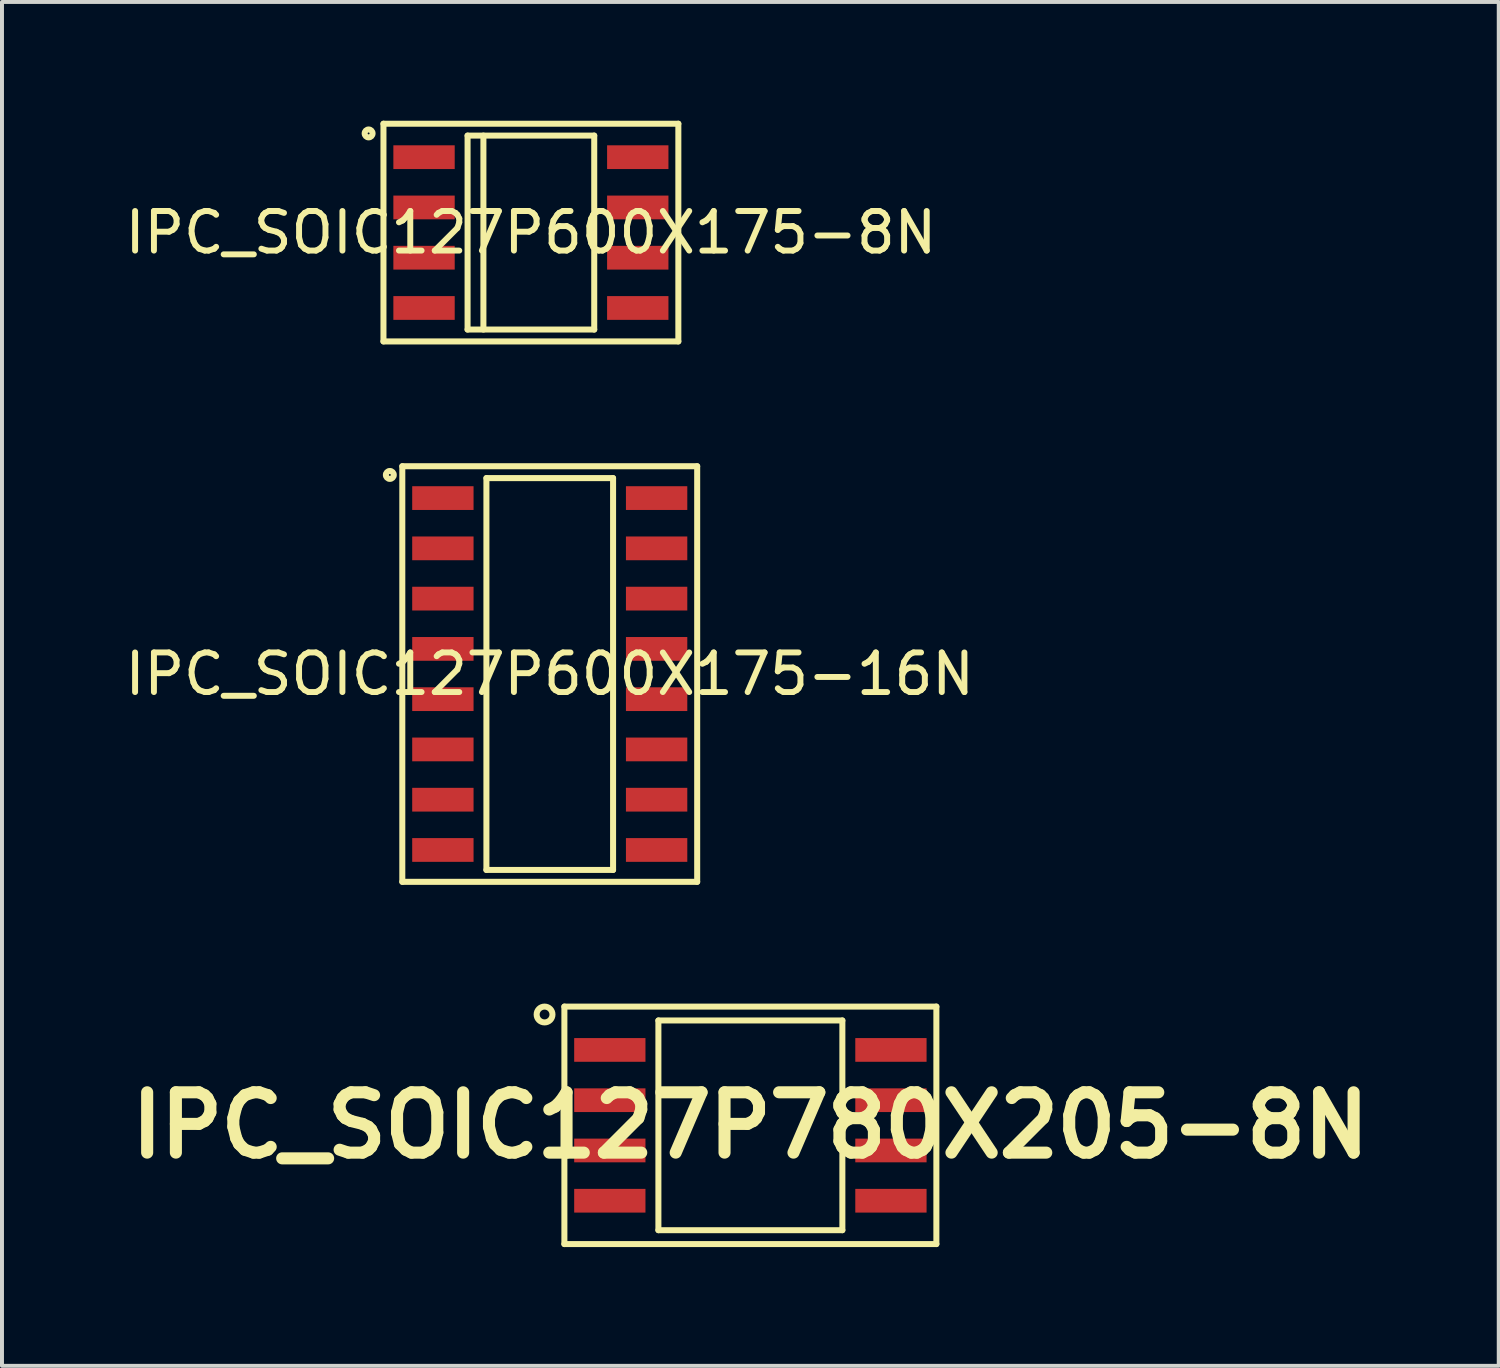
<source format=kicad_pcb>
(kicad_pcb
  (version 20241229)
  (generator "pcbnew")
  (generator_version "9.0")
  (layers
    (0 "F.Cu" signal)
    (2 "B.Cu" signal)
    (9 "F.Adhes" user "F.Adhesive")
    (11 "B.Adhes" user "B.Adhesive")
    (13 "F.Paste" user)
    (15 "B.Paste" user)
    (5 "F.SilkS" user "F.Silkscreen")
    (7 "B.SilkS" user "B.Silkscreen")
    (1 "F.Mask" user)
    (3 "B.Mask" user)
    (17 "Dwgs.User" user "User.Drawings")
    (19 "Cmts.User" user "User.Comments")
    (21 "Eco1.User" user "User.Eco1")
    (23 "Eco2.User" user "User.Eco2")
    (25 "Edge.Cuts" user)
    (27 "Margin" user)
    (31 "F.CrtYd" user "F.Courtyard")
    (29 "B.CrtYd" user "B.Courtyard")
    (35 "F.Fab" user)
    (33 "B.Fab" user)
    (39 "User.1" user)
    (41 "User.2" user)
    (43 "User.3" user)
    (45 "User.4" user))
  (footprint "IPC_SOIC127P600X175-16N"
    (layer "F.Cu")
    (at 10.839 13.979)
    (property "Reference" "IPC_SOIC127P600X175-16N" (at 0 0 0) (layer "F.SilkS") (effects (font (size 1 1) (thickness 0.15))))
    (attr through_hole)
    (fp_line (start -3.725 -5.25) (end 3.725 -5.25) (stroke (width 0.152) (type solid)) (layer "F.SilkS"))
    (fp_line (start -3.725 5.25) (end -3.725 -5.25) (stroke (width 0.152) (type solid)) (layer "F.SilkS"))
    (fp_line (start -1.6 -4.95) (end 1.6 -4.95) (stroke (width 0.152) (type solid)) (layer "F.SilkS"))
    (fp_line (start -1.6 4.95) (end -1.6 -4.95) (stroke (width 0.152) (type solid)) (layer "F.SilkS"))
    (fp_line (start 1.6 -4.95) (end 1.6 4.95) (stroke (width 0.152) (type solid)) (layer "F.SilkS"))
    (fp_line (start 1.6 4.95) (end -1.6 4.95) (stroke (width 0.152) (type solid)) (layer "F.SilkS"))
    (fp_line (start 3.725 -5.25) (end 3.725 5.25) (stroke (width 0.152) (type solid)) (layer "F.SilkS"))
    (fp_line (start 3.725 5.25) (end -3.725 5.25) (stroke (width 0.152) (type solid)) (layer "F.SilkS"))
    (fp_circle (center -4.04 -5.03) (end -3.94 -5.03) (stroke (width 0.152) (type solid)) (fill no) (layer "F.SilkS"))
    (pad "1" smd rect (at -2.7 -4.445) (size 1.55 0.6) (layers "F.Cu" "F.Mask" "F.Paste"))
    (pad "2" smd rect (at -2.7 -3.175) (size 1.55 0.6) (layers "F.Cu" "F.Mask" "F.Paste"))
    (pad "3" smd rect (at -2.7 -1.905) (size 1.55 0.6) (layers "F.Cu" "F.Mask" "F.Paste"))
    (pad "4" smd rect (at -2.7 -0.635) (size 1.55 0.6) (layers "F.Cu" "F.Mask" "F.Paste"))
    (pad "5" smd rect (at -2.7 0.635) (size 1.55 0.6) (layers "F.Cu" "F.Mask" "F.Paste"))
    (pad "6" smd rect (at -2.7 1.905) (size 1.55 0.6) (layers "F.Cu" "F.Mask" "F.Paste"))
    (pad "7" smd rect (at -2.7 3.175) (size 1.55 0.6) (layers "F.Cu" "F.Mask" "F.Paste"))
    (pad "8" smd rect (at -2.7 4.445) (size 1.55 0.6) (layers "F.Cu" "F.Mask" "F.Paste"))
    (pad "9" smd rect (at 2.7 4.445) (size 1.55 0.6) (layers "F.Cu" "F.Mask" "F.Paste"))
    (pad "10" smd rect (at 2.7 3.175) (size 1.55 0.6) (layers "F.Cu" "F.Mask" "F.Paste"))
    (pad "11" smd rect (at 2.7 1.905) (size 1.55 0.6) (layers "F.Cu" "F.Mask" "F.Paste"))
    (pad "12" smd rect (at 2.7 0.635) (size 1.55 0.6) (layers "F.Cu" "F.Mask" "F.Paste"))
    (pad "13" smd rect (at 2.7 -0.635) (size 1.55 0.6) (layers "F.Cu" "F.Mask" "F.Paste"))
    (pad "14" smd rect (at 2.7 -1.905) (size 1.55 0.6) (layers "F.Cu" "F.Mask" "F.Paste"))
    (pad "15" smd rect (at 2.7 -3.175) (size 1.55 0.6) (layers "F.Cu" "F.Mask" "F.Paste"))
    (pad "16" smd rect (at 2.7 -4.445) (size 1.55 0.6) (layers "F.Cu" "F.Mask" "F.Paste")))
  (footprint "IPC_SOIC127P780X205-8N"
    (layer "F.Cu")
    (at 15.908 25.381)
    (property "Reference" "IPC_SOIC127P780X205-8N" (at 0 0 0) (layer "F.SilkS") (effects (font (size 1.524 1.524) (thickness 0.305))))
    (attr through_hole)
    (fp_line (start -4.699 -3) (end 4.699 -3) (stroke (width 0.152) (type solid)) (layer "F.SilkS"))
    (fp_line (start -4.699 3) (end -4.699 -3) (stroke (width 0.152) (type solid)) (layer "F.SilkS"))
    (fp_line (start -2.324 -2.649) (end 2.324 -2.649) (stroke (width 0.152) (type solid)) (layer "F.SilkS"))
    (fp_line (start -2.324 2.649) (end -2.324 -2.649) (stroke (width 0.152) (type solid)) (layer "F.SilkS"))
    (fp_line (start 2.324 -2.649) (end 2.324 2.649) (stroke (width 0.152) (type solid)) (layer "F.SilkS"))
    (fp_line (start 2.324 2.649) (end -2.324 2.649) (stroke (width 0.152) (type solid)) (layer "F.SilkS"))
    (fp_line (start 4.699 -3) (end 4.699 3) (stroke (width 0.152) (type solid)) (layer "F.SilkS"))
    (fp_line (start 4.699 3) (end -4.699 3) (stroke (width 0.152) (type solid)) (layer "F.SilkS"))
    (fp_circle (center -5.2 -2.8) (end -5 -2.8) (stroke (width 0.152) (type solid)) (fill no) (layer "F.SilkS"))
    (pad "1" smd rect (at -3.551 -1.905) (size 1.801 0.599) (layers "F.Cu" "F.Mask" "F.Paste"))
    (pad "2" smd rect (at -3.551 -0.635) (size 1.801 0.599) (layers "F.Cu" "F.Mask" "F.Paste"))
    (pad "3" smd rect (at -3.551 0.635) (size 1.801 0.599) (layers "F.Cu" "F.Mask" "F.Paste"))
    (pad "4" smd rect (at -3.551 1.905) (size 1.801 0.599) (layers "F.Cu" "F.Mask" "F.Paste"))
    (pad "5" smd rect (at 3.551 1.905) (size 1.801 0.599) (layers "F.Cu" "F.Mask" "F.Paste"))
    (pad "6" smd rect (at 3.551 0.635) (size 1.801 0.599) (layers "F.Cu" "F.Mask" "F.Paste"))
    (pad "7" smd rect (at 3.551 -0.635) (size 1.801 0.599) (layers "F.Cu" "F.Mask" "F.Paste"))
    (pad "8" smd rect (at 3.551 -1.905) (size 1.801 0.599) (layers "F.Cu" "F.Mask" "F.Paste")))
  (footprint "IPC_SOIC127P600X175-8N"
    (layer "F.Cu")
    (at 10.363 2.826)
    (property "Reference" "IPC_SOIC127P600X175-8N" (at 0 0 0) (layer "F.SilkS") (effects (font (size 1 1) (thickness 0.15))))
    (attr through_hole)
    (fp_line (start -3.725 -2.75) (end 3.725 -2.75) (stroke (width 0.152) (type solid)) (layer "F.SilkS"))
    (fp_line (start -3.725 2.75) (end -3.725 -2.75) (stroke (width 0.152) (type solid)) (layer "F.SilkS"))
    (fp_line (start -1.6 -2.45) (end 1.6 -2.45) (stroke (width 0.152) (type solid)) (layer "F.SilkS"))
    (fp_line (start -1.6 2.45) (end -1.6 -2.45) (stroke (width 0.152) (type solid)) (layer "F.SilkS"))
    (fp_line (start -1.2 -2.45) (end -1.2 2.45) (stroke (width 0.152) (type solid)) (layer "F.SilkS"))
    (fp_line (start 1.6 -2.45) (end 1.6 2.45) (stroke (width 0.152) (type solid)) (layer "F.SilkS"))
    (fp_line (start 1.6 2.45) (end -1.6 2.45) (stroke (width 0.152) (type solid)) (layer "F.SilkS"))
    (fp_line (start 3.725 -2.75) (end 3.725 2.75) (stroke (width 0.152) (type solid)) (layer "F.SilkS"))
    (fp_line (start 3.725 2.75) (end -3.725 2.75) (stroke (width 0.152) (type solid)) (layer "F.SilkS"))
    (fp_circle (center -4.1 -2.505) (end -4 -2.505) (stroke (width 0.152) (type solid)) (fill no) (layer "F.SilkS"))
    (pad "1" smd rect (at -2.7 -1.905) (size 1.55 0.6) (layers "F.Cu" "F.Mask" "F.Paste"))
    (pad "2" smd rect (at -2.7 -0.635) (size 1.55 0.6) (layers "F.Cu" "F.Mask" "F.Paste"))
    (pad "3" smd rect (at -2.7 0.635) (size 1.55 0.6) (layers "F.Cu" "F.Mask" "F.Paste"))
    (pad "4" smd rect (at -2.7 1.905) (size 1.55 0.6) (layers "F.Cu" "F.Mask" "F.Paste"))
    (pad "5" smd rect (at 2.7 1.905) (size 1.55 0.6) (layers "F.Cu" "F.Mask" "F.Paste"))
    (pad "6" smd rect (at 2.7 0.635) (size 1.55 0.6) (layers "F.Cu" "F.Mask" "F.Paste"))
    (pad "7" smd rect (at 2.7 -0.635) (size 1.55 0.6) (layers "F.Cu" "F.Mask" "F.Paste"))
    (pad "8" smd rect (at 2.7 -1.905) (size 1.55 0.6) (layers "F.Cu" "F.Mask" "F.Paste")))
  (gr_rect
    (start -3 -3)
    (end 34.815 31.457)
    (stroke (width 0.1) (type default))
    (fill no)
    (layer "Edge.Cuts")))
</source>
